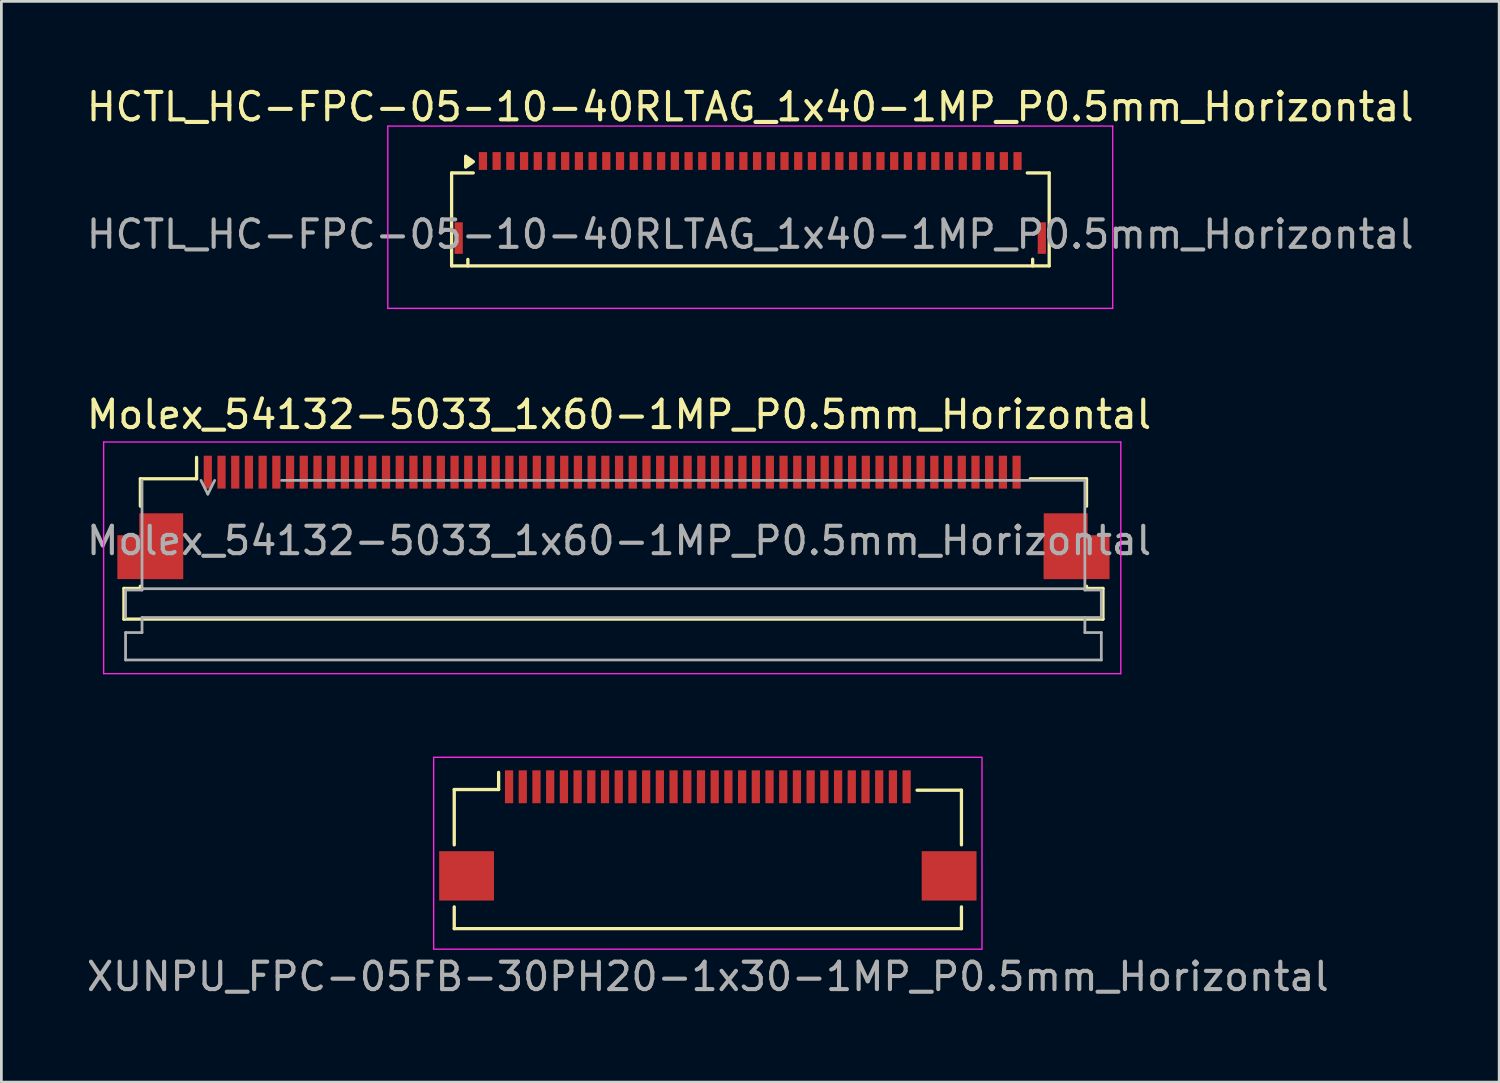
<source format=kicad_pcb>
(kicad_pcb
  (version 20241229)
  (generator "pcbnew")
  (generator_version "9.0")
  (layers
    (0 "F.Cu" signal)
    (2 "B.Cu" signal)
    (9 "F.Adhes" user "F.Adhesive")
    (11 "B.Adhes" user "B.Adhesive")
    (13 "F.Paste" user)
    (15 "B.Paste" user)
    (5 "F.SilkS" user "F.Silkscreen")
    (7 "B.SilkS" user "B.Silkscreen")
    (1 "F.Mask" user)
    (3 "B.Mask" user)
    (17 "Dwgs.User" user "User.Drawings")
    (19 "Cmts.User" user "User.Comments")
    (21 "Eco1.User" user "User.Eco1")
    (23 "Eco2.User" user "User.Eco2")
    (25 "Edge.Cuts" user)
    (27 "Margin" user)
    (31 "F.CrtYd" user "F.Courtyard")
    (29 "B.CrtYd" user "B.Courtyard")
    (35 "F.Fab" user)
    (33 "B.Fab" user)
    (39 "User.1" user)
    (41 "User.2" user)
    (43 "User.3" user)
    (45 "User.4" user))
  (footprint "XUNPU_FPC-05FB-30PH20-1x30-1MP_P0.5mm_Horizontal"
    (layer "F.Cu")
    (at 22.768 28.072)
    (property "Reference" "XUNPU_FPC-05FB-30PH20-1x30-1MP_P0.5mm_Horizontal" (at 0 4.5 0) (unlocked yes) (layer "F.SilkS") (effects (font (size 1 1) (thickness 0.1))))
    (attr smd)
    (fp_line (start -9.25 -2.324) (end -7.631 -2.324) (stroke (width 0.12) (type solid)) (layer "F.SilkS"))
    (fp_line (start -9.25 -0.306) (end -9.25 -2.324) (stroke (width 0.12) (type solid)) (layer "F.SilkS"))
    (fp_line (start -9.25 1.956) (end -9.25 2.75) (stroke (width 0.12) (type solid)) (layer "F.SilkS"))
    (fp_line (start -9.25 2.75) (end 9.25 2.75) (stroke (width 0.12) (type solid)) (layer "F.SilkS"))
    (fp_line (start -7.631 -2.95) (end -7.631 -2.324) (stroke (width 0.12) (type solid)) (layer "F.SilkS"))
    (fp_line (start 9.25 -2.3) (end 7.631 -2.3) (stroke (width 0.12) (type solid)) (layer "F.SilkS"))
    (fp_line (start 9.25 -0.306) (end 9.25 -2.3) (stroke (width 0.12) (type solid)) (layer "F.SilkS"))
    (fp_line (start 9.25 2.75) (end 9.25 1.956) (stroke (width 0.12) (type solid)) (layer "F.SilkS"))
    (fp_rect (start -10 -3.5) (end 10 3.5) (stroke (width 0.05) (type default)) (fill no) (layer "F.CrtYd"))
    (fp_text user "${REFERENCE}" (at 0 4.5 0) (unlocked yes) (layer "F.Fab") (effects (font (size 1 1) (thickness 0.15))))
    (pad "1" smd rect (at -7.25 -2.425 180) (size 0.3 1.2) (layers "F.Cu" "F.Mask" "F.Paste"))
    (pad "2" smd rect (at -6.75 -2.425 180) (size 0.3 1.2) (layers "F.Cu" "F.Mask" "F.Paste"))
    (pad "3" smd rect (at -6.25 -2.425 180) (size 0.3 1.2) (layers "F.Cu" "F.Mask" "F.Paste"))
    (pad "4" smd rect (at -5.75 -2.425 180) (size 0.3 1.2) (layers "F.Cu" "F.Mask" "F.Paste"))
    (pad "5" smd rect (at -5.25 -2.425 180) (size 0.3 1.2) (layers "F.Cu" "F.Mask" "F.Paste"))
    (pad "6" smd rect (at -4.75 -2.425 180) (size 0.3 1.2) (layers "F.Cu" "F.Mask" "F.Paste"))
    (pad "7" smd rect (at -4.25 -2.425 180) (size 0.3 1.2) (layers "F.Cu" "F.Mask" "F.Paste"))
    (pad "8" smd rect (at -3.75 -2.425 180) (size 0.3 1.2) (layers "F.Cu" "F.Mask" "F.Paste"))
    (pad "9" smd rect (at -3.25 -2.425 180) (size 0.3 1.2) (layers "F.Cu" "F.Mask" "F.Paste"))
    (pad "10" smd rect (at -2.75 -2.425 180) (size 0.3 1.2) (layers "F.Cu" "F.Mask" "F.Paste"))
    (pad "11" smd rect (at -2.25 -2.425 180) (size 0.3 1.2) (layers "F.Cu" "F.Mask" "F.Paste"))
    (pad "12" smd rect (at -1.75 -2.425 180) (size 0.3 1.2) (layers "F.Cu" "F.Mask" "F.Paste"))
    (pad "13" smd rect (at -1.25 -2.425 180) (size 0.3 1.2) (layers "F.Cu" "F.Mask" "F.Paste"))
    (pad "14" smd rect (at -0.75 -2.425 180) (size 0.3 1.2) (layers "F.Cu" "F.Mask" "F.Paste"))
    (pad "15" smd rect (at -0.25 -2.425 180) (size 0.3 1.2) (layers "F.Cu" "F.Mask" "F.Paste"))
    (pad "16" smd rect (at 0.25 -2.425 180) (size 0.3 1.2) (layers "F.Cu" "F.Mask" "F.Paste"))
    (pad "17" smd rect (at 0.75 -2.425 180) (size 0.3 1.2) (layers "F.Cu" "F.Mask" "F.Paste"))
    (pad "18" smd rect (at 1.25 -2.425 180) (size 0.3 1.2) (layers "F.Cu" "F.Mask" "F.Paste"))
    (pad "19" smd rect (at 1.75 -2.425 180) (size 0.3 1.2) (layers "F.Cu" "F.Mask" "F.Paste"))
    (pad "20" smd rect (at 2.25 -2.425 180) (size 0.3 1.2) (layers "F.Cu" "F.Mask" "F.Paste"))
    (pad "21" smd rect (at 2.75 -2.425 180) (size 0.3 1.2) (layers "F.Cu" "F.Mask" "F.Paste"))
    (pad "22" smd rect (at 3.25 -2.425 180) (size 0.3 1.2) (layers "F.Cu" "F.Mask" "F.Paste"))
    (pad "23" smd rect (at 3.75 -2.425 180) (size 0.3 1.2) (layers "F.Cu" "F.Mask" "F.Paste"))
    (pad "24" smd rect (at 4.25 -2.425 180) (size 0.3 1.2) (layers "F.Cu" "F.Mask" "F.Paste"))
    (pad "25" smd rect (at 4.75 -2.425 180) (size 0.3 1.2) (layers "F.Cu" "F.Mask" "F.Paste"))
    (pad "26" smd rect (at 5.25 -2.425 180) (size 0.3 1.2) (layers "F.Cu" "F.Mask" "F.Paste"))
    (pad "27" smd rect (at 5.75 -2.425 180) (size 0.3 1.2) (layers "F.Cu" "F.Mask" "F.Paste"))
    (pad "28" smd rect (at 6.25 -2.425 180) (size 0.3 1.2) (layers "F.Cu" "F.Mask" "F.Paste"))
    (pad "29" smd rect (at 6.75 -2.425 180) (size 0.3 1.2) (layers "F.Cu" "F.Mask" "F.Paste"))
    (pad "30" smd rect (at 7.25 -2.425 180) (size 0.3 1.2) (layers "F.Cu" "F.Mask" "F.Paste"))
    (pad "MP" smd rect (at -8.8 0.825) (size 2 1.8) (layers "F.Cu" "F.Mask" "F.Paste"))
    (pad "MP" smd rect (at 8.8 0.825) (size 2 1.8) (layers "F.Cu" "F.Mask" "F.Paste")))
  (footprint "Molex_54132-5033_1x60-1MP_P0.5mm_Horizontal"
    (layer "F.Cu")
    (at 19.53 15.822)
    (property "Reference" "Molex_54132-5033_1x60-1MP_P0.5mm_Horizontal" (at 0 -3.75 0) (layer "F.SilkS") (effects (font (size 1 1) (thickness 0.15))))
    (attr smd)
    (fp_line (start -18.06 2.59) (end -18.06 3.71) (stroke (width 0.12) (type solid)) (layer "F.SilkS"))
    (fp_line (start -18.06 2.59) (end -17.46 2.59) (stroke (width 0.12) (type solid)) (layer "F.SilkS"))
    (fp_line (start -17.46 -1.41) (end -17.46 -0.41) (stroke (width 0.12) (type solid)) (layer "F.SilkS"))
    (fp_line (start -17.46 2.59) (end -17.46 2.51) (stroke (width 0.12) (type solid)) (layer "F.SilkS"))
    (fp_line (start -15.41 -1.41) (end -17.46 -1.41) (stroke (width 0.12) (type solid)) (layer "F.SilkS"))
    (fp_line (start -15.41 -1.41) (end -15.41 -2.19) (stroke (width 0.12) (type solid)) (layer "F.SilkS"))
    (fp_line (start 17.05 -1.41) (end 15 -1.41) (stroke (width 0.12) (type solid)) (layer "F.SilkS"))
    (fp_line (start 17.05 -1.41) (end 17.05 -0.41) (stroke (width 0.12) (type solid)) (layer "F.SilkS"))
    (fp_line (start 17.05 2.59) (end 17.05 2.51) (stroke (width 0.12) (type solid)) (layer "F.SilkS"))
    (fp_line (start 17.05 2.59) (end 17.65 2.59) (stroke (width 0.12) (type solid)) (layer "F.SilkS"))
    (fp_line (start 17.65 2.59) (end 17.65 3.71) (stroke (width 0.12) (type solid)) (layer "F.SilkS"))
    (fp_line (start 17.65 3.71) (end -18.06 3.71) (stroke (width 0.12) (type solid)) (layer "F.SilkS"))
    (fp_line (start -18.8 -2.75) (end -18.8 5.7) (stroke (width 0.05) (type solid)) (layer "F.CrtYd"))
    (fp_line (start -18.8 -2.75) (end 18.3 -2.75) (stroke (width 0.05) (type solid)) (layer "F.CrtYd"))
    (fp_line (start 18.3 5.7) (end -18.8 5.7) (stroke (width 0.05) (type solid)) (layer "F.CrtYd"))
    (fp_line (start 18.3 5.7) (end 18.3 -2.75) (stroke (width 0.05) (type solid)) (layer "F.CrtYd"))
    (fp_line (start -18 2.65) (end -18 3.65) (stroke (width 0.1) (type solid)) (layer "F.Fab"))
    (fp_line (start -18 2.65) (end -17.4 2.65) (stroke (width 0.1) (type solid)) (layer "F.Fab"))
    (fp_line (start -18 4.2) (end -18 5.2) (stroke (width 0.1) (type solid)) (layer "F.Fab"))
    (fp_line (start -18 4.2) (end -17.4 4.2) (stroke (width 0.1) (type solid)) (layer "F.Fab"))
    (fp_line (start -18 5.2) (end 17.59 5.2) (stroke (width 0.1) (type solid)) (layer "F.Fab"))
    (fp_line (start -17.4 -1.35) (end -17.4 2.6) (stroke (width 0.1) (type solid)) (layer "F.Fab"))
    (fp_line (start -17.4 2.6) (end -17.4 2.65) (stroke (width 0.1) (type solid)) (layer "F.Fab"))
    (fp_line (start -17.4 2.6) (end 16.99 2.6) (stroke (width 0.1) (type solid)) (layer "F.Fab"))
    (fp_line (start -17.4 3.65) (end -17.4 4.2) (stroke (width 0.1) (type solid)) (layer "F.Fab"))
    (fp_line (start -17.4 3.65) (end 17.59 3.65) (stroke (width 0.1) (type solid)) (layer "F.Fab"))
    (fp_line (start -15.25 -1.35) (end -15 -0.85) (stroke (width 0.1) (type solid)) (layer "F.Fab"))
    (fp_line (start -15 -0.85) (end -14.75 -1.35) (stroke (width 0.1) (type solid)) (layer "F.Fab"))
    (fp_line (start -12.31 -1.35) (end 16.99 -1.35) (stroke (width 0.1) (type solid)) (layer "F.Fab"))
    (fp_line (start 16.99 -1.35) (end 16.99 2.6) (stroke (width 0.1) (type solid)) (layer "F.Fab"))
    (fp_line (start 16.99 2.6) (end 16.99 2.65) (stroke (width 0.1) (type solid)) (layer "F.Fab"))
    (fp_line (start 16.99 2.65) (end 17.59 2.65) (stroke (width 0.1) (type solid)) (layer "F.Fab"))
    (fp_line (start 16.99 3.65) (end 16.99 4.2) (stroke (width 0.1) (type solid)) (layer "F.Fab"))
    (fp_line (start 16.99 4.2) (end 17.59 4.2) (stroke (width 0.1) (type solid)) (layer "F.Fab"))
    (fp_line (start 17.59 2.65) (end 17.59 3.65) (stroke (width 0.1) (type solid)) (layer "F.Fab"))
    (fp_line (start 17.59 4.2) (end 17.59 5.2) (stroke (width 0.1) (type solid)) (layer "F.Fab"))
    (fp_text user "${REFERENCE}" (at 0 0.85 0) (layer "F.Fab") (effects (font (size 1 1) (thickness 0.15))))
    (pad "1" smd rect (at -15 -1.65) (size 0.3 1.2) (layers "F.Cu" "F.Mask" "F.Paste"))
    (pad "2" smd rect (at -14.5 -1.65) (size 0.3 1.2) (layers "F.Cu" "F.Mask" "F.Paste"))
    (pad "3" smd rect (at -14 -1.65) (size 0.3 1.2) (layers "F.Cu" "F.Mask" "F.Paste"))
    (pad "4" smd rect (at -13.5 -1.65) (size 0.3 1.2) (layers "F.Cu" "F.Mask" "F.Paste"))
    (pad "5" smd rect (at -13 -1.65) (size 0.3 1.2) (layers "F.Cu" "F.Mask" "F.Paste"))
    (pad "6" smd rect (at -12.5 -1.65) (size 0.3 1.2) (layers "F.Cu" "F.Mask" "F.Paste"))
    (pad "7" smd rect (at -12 -1.65) (size 0.3 1.2) (layers "F.Cu" "F.Mask" "F.Paste"))
    (pad "8" smd rect (at -11.5 -1.65) (size 0.3 1.2) (layers "F.Cu" "F.Mask" "F.Paste"))
    (pad "9" smd rect (at -11 -1.65) (size 0.3 1.2) (layers "F.Cu" "F.Mask" "F.Paste"))
    (pad "10" smd rect (at -10.5 -1.65) (size 0.3 1.2) (layers "F.Cu" "F.Mask" "F.Paste"))
    (pad "11" smd rect (at -10 -1.65) (size 0.3 1.2) (layers "F.Cu" "F.Mask" "F.Paste"))
    (pad "12" smd rect (at -9.5 -1.65) (size 0.3 1.2) (layers "F.Cu" "F.Mask" "F.Paste"))
    (pad "13" smd rect (at -9 -1.65) (size 0.3 1.2) (layers "F.Cu" "F.Mask" "F.Paste"))
    (pad "14" smd rect (at -8.5 -1.65) (size 0.3 1.2) (layers "F.Cu" "F.Mask" "F.Paste"))
    (pad "15" smd rect (at -8 -1.65) (size 0.3 1.2) (layers "F.Cu" "F.Mask" "F.Paste"))
    (pad "16" smd rect (at -7.5 -1.65) (size 0.3 1.2) (layers "F.Cu" "F.Mask" "F.Paste"))
    (pad "17" smd rect (at -7 -1.65) (size 0.3 1.2) (layers "F.Cu" "F.Mask" "F.Paste"))
    (pad "18" smd rect (at -6.5 -1.65) (size 0.3 1.2) (layers "F.Cu" "F.Mask" "F.Paste"))
    (pad "19" smd rect (at -6 -1.65) (size 0.3 1.2) (layers "F.Cu" "F.Mask" "F.Paste"))
    (pad "20" smd rect (at -5.5 -1.65) (size 0.3 1.2) (layers "F.Cu" "F.Mask" "F.Paste"))
    (pad "21" smd rect (at -5 -1.65) (size 0.3 1.2) (layers "F.Cu" "F.Mask" "F.Paste"))
    (pad "22" smd rect (at -4.5 -1.65) (size 0.3 1.2) (layers "F.Cu" "F.Mask" "F.Paste"))
    (pad "23" smd rect (at -4 -1.65) (size 0.3 1.2) (layers "F.Cu" "F.Mask" "F.Paste"))
    (pad "24" smd rect (at -3.5 -1.65) (size 0.3 1.2) (layers "F.Cu" "F.Mask" "F.Paste"))
    (pad "25" smd rect (at -3 -1.65) (size 0.3 1.2) (layers "F.Cu" "F.Mask" "F.Paste"))
    (pad "26" smd rect (at -2.5 -1.65) (size 0.3 1.2) (layers "F.Cu" "F.Mask" "F.Paste"))
    (pad "27" smd rect (at -2 -1.65) (size 0.3 1.2) (layers "F.Cu" "F.Mask" "F.Paste"))
    (pad "28" smd rect (at -1.5 -1.65) (size 0.3 1.2) (layers "F.Cu" "F.Mask" "F.Paste"))
    (pad "29" smd rect (at -1 -1.65) (size 0.3 1.2) (layers "F.Cu" "F.Mask" "F.Paste"))
    (pad "30" smd rect (at -0.5 -1.65) (size 0.3 1.2) (layers "F.Cu" "F.Mask" "F.Paste"))
    (pad "31" smd rect (at 0 -1.65) (size 0.3 1.2) (layers "F.Cu" "F.Mask" "F.Paste"))
    (pad "32" smd rect (at 0.5 -1.65) (size 0.3 1.2) (layers "F.Cu" "F.Mask" "F.Paste"))
    (pad "33" smd rect (at 1 -1.65) (size 0.3 1.2) (layers "F.Cu" "F.Mask" "F.Paste"))
    (pad "34" smd rect (at 1.5 -1.65) (size 0.3 1.2) (layers "F.Cu" "F.Mask" "F.Paste"))
    (pad "35" smd rect (at 2 -1.65) (size 0.3 1.2) (layers "F.Cu" "F.Mask" "F.Paste"))
    (pad "36" smd rect (at 2.5 -1.65) (size 0.3 1.2) (layers "F.Cu" "F.Mask" "F.Paste"))
    (pad "37" smd rect (at 3 -1.65) (size 0.3 1.2) (layers "F.Cu" "F.Mask" "F.Paste"))
    (pad "38" smd rect (at 3.5 -1.65) (size 0.3 1.2) (layers "F.Cu" "F.Mask" "F.Paste"))
    (pad "39" smd rect (at 4 -1.65) (size 0.3 1.2) (layers "F.Cu" "F.Mask" "F.Paste"))
    (pad "40" smd rect (at 4.5 -1.65) (size 0.3 1.2) (layers "F.Cu" "F.Mask" "F.Paste"))
    (pad "41" smd rect (at 5 -1.65) (size 0.3 1.2) (layers "F.Cu" "F.Mask" "F.Paste"))
    (pad "42" smd rect (at 5.5 -1.65) (size 0.3 1.2) (layers "F.Cu" "F.Mask" "F.Paste"))
    (pad "43" smd rect (at 6 -1.65) (size 0.3 1.2) (layers "F.Cu" "F.Mask" "F.Paste"))
    (pad "44" smd rect (at 6.5 -1.65) (size 0.3 1.2) (layers "F.Cu" "F.Mask" "F.Paste"))
    (pad "45" smd rect (at 7 -1.65) (size 0.3 1.2) (layers "F.Cu" "F.Mask" "F.Paste"))
    (pad "46" smd rect (at 7.5 -1.65) (size 0.3 1.2) (layers "F.Cu" "F.Mask" "F.Paste"))
    (pad "47" smd rect (at 8 -1.65) (size 0.3 1.2) (layers "F.Cu" "F.Mask" "F.Paste"))
    (pad "48" smd rect (at 8.5 -1.65) (size 0.3 1.2) (layers "F.Cu" "F.Mask" "F.Paste"))
    (pad "49" smd rect (at 9 -1.65) (size 0.3 1.2) (layers "F.Cu" "F.Mask" "F.Paste"))
    (pad "50" smd rect (at 9.5 -1.65) (size 0.3 1.2) (layers "F.Cu" "F.Mask" "F.Paste"))
    (pad "51" smd rect (at 10 -1.65) (size 0.3 1.2) (layers "F.Cu" "F.Mask" "F.Paste"))
    (pad "52" smd rect (at 10.5 -1.65) (size 0.3 1.2) (layers "F.Cu" "F.Mask" "F.Paste"))
    (pad "53" smd rect (at 11 -1.65) (size 0.3 1.2) (layers "F.Cu" "F.Mask" "F.Paste"))
    (pad "54" smd rect (at 11.5 -1.65) (size 0.3 1.2) (layers "F.Cu" "F.Mask" "F.Paste"))
    (pad "55" smd rect (at 12 -1.65) (size 0.3 1.2) (layers "F.Cu" "F.Mask" "F.Paste"))
    (pad "56" smd rect (at 12.5 -1.65) (size 0.3 1.2) (layers "F.Cu" "F.Mask" "F.Paste"))
    (pad "57" smd rect (at 13 -1.65) (size 0.3 1.2) (layers "F.Cu" "F.Mask" "F.Paste"))
    (pad "58" smd rect (at 13.5 -1.65) (size 0.3 1.2) (layers "F.Cu" "F.Mask" "F.Paste"))
    (pad "59" smd rect (at 14 -1.65) (size 0.3 1.2) (layers "F.Cu" "F.Mask" "F.Paste"))
    (pad "60" smd rect (at 14.5 -1.65) (size 0.3 1.2) (layers "F.Cu" "F.Mask" "F.Paste"))
    (pad "MP" smd rect (at -17.1 1.45) (size 2.4 1.6) (layers "F.Cu" "F.Mask" "F.Paste"))
    (pad "MP" smd rect (at -16.7 1.05) (size 1.6 2.4) (layers "F.Cu" "F.Mask" "F.Paste"))
    (pad "MP" smd rect (at 16.29 1.05) (size 1.6 2.4) (layers "F.Cu" "F.Mask" "F.Paste"))
    (pad "MP" smd rect (at 16.69 1.45) (size 2.4 1.6) (layers "F.Cu" "F.Mask" "F.Paste")))
  (footprint "HCTL_HC-FPC-05-10-40RLTAG_1x40-1MP_P0.5mm_Horizontal"
    (layer "F.Cu")
    (at 24.315 3.948)
    (property "Reference" "HCTL_HC-FPC-05-10-40RLTAG_1x40-1MP_P0.5mm_Horizontal" (at 0 -3.1 0) (layer "F.SilkS") (effects (font (size 1 1) (thickness 0.15))))
    (attr smd)
    (fp_line (start -10.893 -0.69) (end -10.893 2.7) (stroke (width 0.12) (type solid)) (layer "F.SilkS"))
    (fp_line (start -10.893 -0.69) (end -10.103 -0.69) (stroke (width 0.12) (type solid)) (layer "F.SilkS"))
    (fp_line (start -10.893 2.7) (end 10.904 2.7) (stroke (width 0.12) (type solid)) (layer "F.SilkS"))
    (fp_line (start -10.3 2.464) (end -10.3 2.701) (stroke (width 0.12) (type solid)) (layer "F.SilkS"))
    (fp_line (start 10.103 -0.69) (end 10.904 -0.69) (stroke (width 0.12) (type solid)) (layer "F.SilkS"))
    (fp_line (start 10.3 2.457) (end 10.3 2.7) (stroke (width 0.12) (type solid)) (layer "F.SilkS"))
    (fp_line (start 10.904 -0.69) (end 10.904 2.7) (stroke (width 0.12) (type solid)) (layer "F.SilkS"))
    (fp_poly (pts (xy -10.1 -1.1) (xy -10.38 -0.9) (xy -10.38 -1.3) (xy -10.1 -1.1)) (stroke (width 0.12) (type solid)) (fill yes) (layer "F.SilkS"))
    (fp_line (start -13.22 -2.4) (end -13.22 4.25) (stroke (width 0.05) (type solid)) (layer "F.CrtYd"))
    (fp_line (start -13.22 4.25) (end 13.22 4.25) (stroke (width 0.05) (type solid)) (layer "F.CrtYd"))
    (fp_line (start 13.22 -2.4) (end -13.22 -2.4) (stroke (width 0.05) (type solid)) (layer "F.CrtYd"))
    (fp_line (start 13.22 4.25) (end 13.22 -2.4) (stroke (width 0.05) (type solid)) (layer "F.CrtYd"))
    (fp_text user "${REFERENCE}" (at 0 1.55 0) (layer "F.Fab") (effects (font (size 1 1) (thickness 0.15))))
    (pad "1" smd rect (at -9.75 -1.125 180) (size 0.3 0.65) (layers "F.Cu" "F.Mask" "F.Paste"))
    (pad "2" smd rect (at -9.25 -1.125 180) (size 0.3 0.65) (layers "F.Cu" "F.Mask" "F.Paste"))
    (pad "3" smd rect (at -8.75 -1.125 180) (size 0.3 0.65) (layers "F.Cu" "F.Mask" "F.Paste"))
    (pad "4" smd rect (at -8.25 -1.125 180) (size 0.3 0.65) (layers "F.Cu" "F.Mask" "F.Paste"))
    (pad "5" smd rect (at -7.75 -1.125 180) (size 0.3 0.65) (layers "F.Cu" "F.Mask" "F.Paste"))
    (pad "6" smd rect (at -7.25 -1.125 180) (size 0.3 0.65) (layers "F.Cu" "F.Mask" "F.Paste"))
    (pad "7" smd rect (at -6.75 -1.125 180) (size 0.3 0.65) (layers "F.Cu" "F.Mask" "F.Paste"))
    (pad "8" smd rect (at -6.25 -1.125 180) (size 0.3 0.65) (layers "F.Cu" "F.Mask" "F.Paste"))
    (pad "9" smd rect (at -5.75 -1.125 180) (size 0.3 0.65) (layers "F.Cu" "F.Mask" "F.Paste"))
    (pad "10" smd rect (at -5.25 -1.125 180) (size 0.3 0.65) (layers "F.Cu" "F.Mask" "F.Paste"))
    (pad "11" smd rect (at -4.75 -1.125 180) (size 0.3 0.65) (layers "F.Cu" "F.Mask" "F.Paste"))
    (pad "12" smd rect (at -4.25 -1.125 180) (size 0.3 0.65) (layers "F.Cu" "F.Mask" "F.Paste"))
    (pad "13" smd rect (at -3.75 -1.125 180) (size 0.3 0.65) (layers "F.Cu" "F.Mask" "F.Paste"))
    (pad "14" smd rect (at -3.25 -1.125 180) (size 0.3 0.65) (layers "F.Cu" "F.Mask" "F.Paste"))
    (pad "15" smd rect (at -2.75 -1.125 180) (size 0.3 0.65) (layers "F.Cu" "F.Mask" "F.Paste"))
    (pad "16" smd rect (at -2.25 -1.125 180) (size 0.3 0.65) (layers "F.Cu" "F.Mask" "F.Paste"))
    (pad "17" smd rect (at -1.75 -1.125 180) (size 0.3 0.65) (layers "F.Cu" "F.Mask" "F.Paste"))
    (pad "18" smd rect (at -1.25 -1.125 180) (size 0.3 0.65) (layers "F.Cu" "F.Mask" "F.Paste"))
    (pad "19" smd rect (at -0.75 -1.125 180) (size 0.3 0.65) (layers "F.Cu" "F.Mask" "F.Paste"))
    (pad "20" smd rect (at -0.25 -1.125 180) (size 0.3 0.65) (layers "F.Cu" "F.Mask" "F.Paste"))
    (pad "21" smd rect (at 0.25 -1.125 180) (size 0.3 0.65) (layers "F.Cu" "F.Mask" "F.Paste"))
    (pad "22" smd rect (at 0.75 -1.125 180) (size 0.3 0.65) (layers "F.Cu" "F.Mask" "F.Paste"))
    (pad "23" smd rect (at 1.25 -1.125 180) (size 0.3 0.65) (layers "F.Cu" "F.Mask" "F.Paste"))
    (pad "24" smd rect (at 1.75 -1.125 180) (size 0.3 0.65) (layers "F.Cu" "F.Mask" "F.Paste"))
    (pad "25" smd rect (at 2.25 -1.125 180) (size 0.3 0.65) (layers "F.Cu" "F.Mask" "F.Paste"))
    (pad "26" smd rect (at 2.75 -1.125 180) (size 0.3 0.65) (layers "F.Cu" "F.Mask" "F.Paste"))
    (pad "27" smd rect (at 3.25 -1.125 180) (size 0.3 0.65) (layers "F.Cu" "F.Mask" "F.Paste"))
    (pad "28" smd rect (at 3.75 -1.125 180) (size 0.3 0.65) (layers "F.Cu" "F.Mask" "F.Paste"))
    (pad "29" smd rect (at 4.25 -1.125 180) (size 0.3 0.65) (layers "F.Cu" "F.Mask" "F.Paste"))
    (pad "30" smd rect (at 4.75 -1.125 180) (size 0.3 0.65) (layers "F.Cu" "F.Mask" "F.Paste"))
    (pad "31" smd rect (at 5.25 -1.125 180) (size 0.3 0.65) (layers "F.Cu" "F.Mask" "F.Paste"))
    (pad "32" smd rect (at 5.75 -1.125 180) (size 0.3 0.65) (layers "F.Cu" "F.Mask" "F.Paste"))
    (pad "33" smd rect (at 6.25 -1.125 180) (size 0.3 0.65) (layers "F.Cu" "F.Mask" "F.Paste"))
    (pad "34" smd rect (at 6.75 -1.125 180) (size 0.3 0.65) (layers "F.Cu" "F.Mask" "F.Paste"))
    (pad "35" smd rect (at 7.25 -1.125 180) (size 0.3 0.65) (layers "F.Cu" "F.Mask" "F.Paste"))
    (pad "36" smd rect (at 7.75 -1.125 180) (size 0.3 0.65) (layers "F.Cu" "F.Mask" "F.Paste"))
    (pad "37" smd rect (at 8.25 -1.125 180) (size 0.3 0.65) (layers "F.Cu" "F.Mask" "F.Paste"))
    (pad "38" smd rect (at 8.75 -1.125 180) (size 0.3 0.65) (layers "F.Cu" "F.Mask" "F.Paste"))
    (pad "39" smd rect (at 9.25 -1.125 180) (size 0.3 0.65) (layers "F.Cu" "F.Mask" "F.Paste"))
    (pad "40" smd rect (at 9.75 -1.125 180) (size 0.3 0.65) (layers "F.Cu" "F.Mask" "F.Paste"))
    (pad "MP" smd rect (at -10.635 1.685 180) (size 0.3 1.15) (layers "F.Cu" "F.Mask" "F.Paste"))
    (pad "MP" smd rect (at 10.635 1.685 180) (size 0.3 1.15) (layers "F.Cu" "F.Mask" "F.Paste")))
  (gr_rect
    (start -3 -3)
    (end 51.631 36.42)
    (stroke (width 0.1) (type default))
    (fill no)
    (layer "Edge.Cuts")))
</source>
